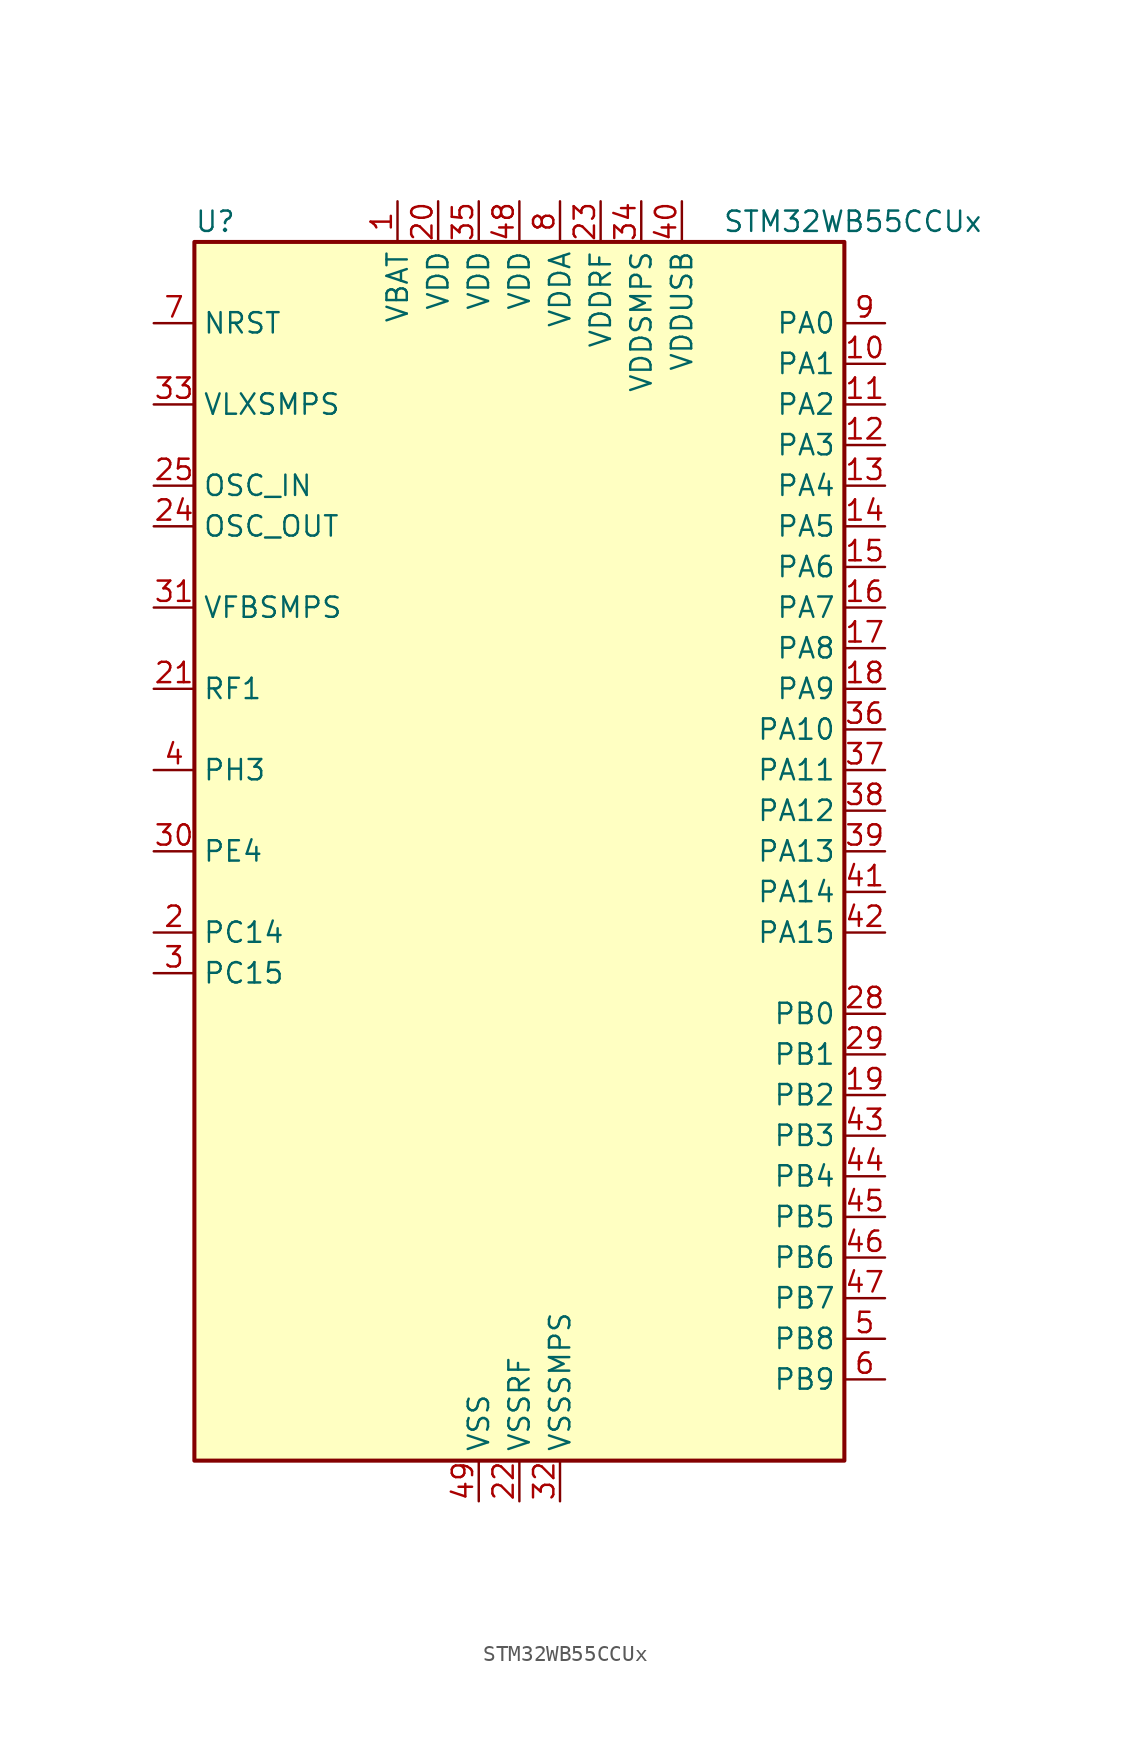
<source format=kicad_sym>
(kicad_symbol_lib
  (version 20231120)
  (generator "kicad-library-utils")
  (generator_version "8.0")
  (symbol "STM32WB55CCUx"
    (property "Reference" "U"
      (at -20.32 39.37 0)
      (effects (font (size 1.27 1.27)) (justify left)))
    (property "Value" "STM32WB55CCUx"
      (at 12.7 39.37 0)
      (effects (font (size 1.27 1.27)) (justify left)))
    (symbol "STM32WB55CCUx_0_1"
      (rectangle (start -20.32 -38.1) (end 20.32 38.1) (stroke (width 0.254) (type default)) (fill (type background))))
    (symbol "STM32WB55CCUx_1_1"
      (pin power_in line (at -7.62 40.64 270) (length 2.54) (name "VBAT" (effects (font (size 1.27 1.27)))) (number "1" (effects (font (size 1.27 1.27)))))
      (pin bidirectional line (at 22.86 30.48 180) (length 2.54) (name "PA1" (effects (font (size 1.27 1.27)))) (number "10" (effects (font (size 1.27 1.27)))) (alternate "ADC1_IN6" bidirectional line) (alternate "COMP1_INP" bidirectional line) (alternate "I2C1_SMBA" bidirectional line) (alternate "LCD_SEG0" bidirectional line) (alternate "SPI1_SCK" bidirectional line) (alternate "TIM2_CH2" bidirectional line))
      (pin bidirectional line (at 22.86 27.94 180) (length 2.54) (name "PA2" (effects (font (size 1.27 1.27)))) (number "11" (effects (font (size 1.27 1.27)))) (alternate "ADC1_IN7" bidirectional line) (alternate "COMP2_INM" bidirectional line) (alternate "COMP2_OUT" bidirectional line) (alternate "LCD_SEG1" bidirectional line) (alternate "LPUART1_TX" bidirectional line) (alternate "QUADSPI_BK1_NCS" bidirectional line) (alternate "RCC_LSCO" bidirectional line) (alternate "SYS_WKUP4" bidirectional line) (alternate "TIM2_CH3" bidirectional line))
      (pin bidirectional line (at 22.86 25.4 180) (length 2.54) (name "PA3" (effects (font (size 1.27 1.27)))) (number "12" (effects (font (size 1.27 1.27)))) (alternate "ADC1_IN8" bidirectional line) (alternate "COMP2_INP" bidirectional line) (alternate "LCD_SEG2" bidirectional line) (alternate "LPUART1_RX" bidirectional line) (alternate "QUADSPI_CLK" bidirectional line) (alternate "SAI1_CK1" bidirectional line) (alternate "SAI1_MCLK_A" bidirectional line) (alternate "TIM2_CH4" bidirectional line))
      (pin bidirectional line (at 22.86 22.86 180) (length 2.54) (name "PA4" (effects (font (size 1.27 1.27)))) (number "13" (effects (font (size 1.27 1.27)))) (alternate "ADC1_IN9" bidirectional line) (alternate "COMP1_INM" bidirectional line) (alternate "COMP2_INM" bidirectional line) (alternate "LCD_SEG5" bidirectional line) (alternate "LPTIM2_OUT" bidirectional line) (alternate "SAI1_FS_B" bidirectional line) (alternate "SPI1_NSS" bidirectional line))
      (pin bidirectional line (at 22.86 20.32 180) (length 2.54) (name "PA5" (effects (font (size 1.27 1.27)))) (number "14" (effects (font (size 1.27 1.27)))) (alternate "ADC1_IN10" bidirectional line) (alternate "COMP1_INM" bidirectional line) (alternate "COMP2_INM" bidirectional line) (alternate "LPTIM2_ETR" bidirectional line) (alternate "SAI1_SD_B" bidirectional line) (alternate "SPI1_SCK" bidirectional line) (alternate "TIM2_CH1" bidirectional line) (alternate "TIM2_ETR" bidirectional line))
      (pin bidirectional line (at 22.86 17.78 180) (length 2.54) (name "PA6" (effects (font (size 1.27 1.27)))) (number "15" (effects (font (size 1.27 1.27)))) (alternate "ADC1_IN11" bidirectional line) (alternate "LCD_SEG3" bidirectional line) (alternate "LPUART1_CTS" bidirectional line) (alternate "QUADSPI_BK1_IO3" bidirectional line) (alternate "SPI1_MISO" bidirectional line) (alternate "TIM16_CH1" bidirectional line) (alternate "TIM1_BKIN" bidirectional line))
      (pin bidirectional line (at 22.86 15.24 180) (length 2.54) (name "PA7" (effects (font (size 1.27 1.27)))) (number "16" (effects (font (size 1.27 1.27)))) (alternate "ADC1_IN12" bidirectional line) (alternate "COMP2_OUT" bidirectional line) (alternate "I2C3_SCL" bidirectional line) (alternate "LCD_SEG4" bidirectional line) (alternate "QUADSPI_BK1_IO2" bidirectional line) (alternate "SPI1_MOSI" bidirectional line) (alternate "TIM17_CH1" bidirectional line) (alternate "TIM1_CH1N" bidirectional line))
      (pin bidirectional line (at 22.86 12.7 180) (length 2.54) (name "PA8" (effects (font (size 1.27 1.27)))) (number "17" (effects (font (size 1.27 1.27)))) (alternate "ADC1_IN15" bidirectional line) (alternate "LCD_COM0" bidirectional line) (alternate "LPTIM2_OUT" bidirectional line) (alternate "RCC_MCO" bidirectional line) (alternate "SAI1_CK2" bidirectional line) (alternate "SAI1_SCK_A" bidirectional line) (alternate "TIM1_CH1" bidirectional line) (alternate "USART1_CK" bidirectional line))
      (pin bidirectional line (at 22.86 10.16 180) (length 2.54) (name "PA9" (effects (font (size 1.27 1.27)))) (number "18" (effects (font (size 1.27 1.27)))) (alternate "ADC1_IN16" bidirectional line) (alternate "COMP1_INM" bidirectional line) (alternate "I2C1_SCL" bidirectional line) (alternate "LCD_COM1" bidirectional line) (alternate "SAI1_D2" bidirectional line) (alternate "SAI1_FS_A" bidirectional line) (alternate "TIM1_CH2" bidirectional line) (alternate "USART1_TX" bidirectional line))
      (pin bidirectional line (at 22.86 -15.24 180) (length 2.54) (name "PB2" (effects (font (size 1.27 1.27)))) (number "19" (effects (font (size 1.27 1.27)))) (alternate "COMP1_INP" bidirectional line) (alternate "I2C3_SMBA" bidirectional line) (alternate "LCD_VLCD" bidirectional line) (alternate "LPTIM1_OUT" bidirectional line) (alternate "RTC_OUT2" bidirectional line) (alternate "SAI1_EXTCLK" bidirectional line) (alternate "SPI1_NSS" bidirectional line))
      (pin bidirectional line (at -22.86 -5.08 0) (length 2.54) (name "PC14" (effects (font (size 1.27 1.27)))) (number "2" (effects (font (size 1.27 1.27)))) (alternate "RCC_OSC32_IN" bidirectional line))
      (pin power_in line (at -5.08 40.64 270) (length 2.54) (name "VDD" (effects (font (size 1.27 1.27)))) (number "20" (effects (font (size 1.27 1.27)))))
      (pin bidirectional line (at -22.86 10.16 0) (length 2.54) (name "RF1" (effects (font (size 1.27 1.27)))) (number "21" (effects (font (size 1.27 1.27)))) (alternate "RF_RF1" bidirectional line))
      (pin power_in line (at 0 -40.64 90) (length 2.54) (name "VSSRF" (effects (font (size 1.27 1.27)))) (number "22" (effects (font (size 1.27 1.27)))))
      (pin power_in line (at 5.08 40.64 270) (length 2.54) (name "VDDRF" (effects (font (size 1.27 1.27)))) (number "23" (effects (font (size 1.27 1.27)))))
      (pin input line (at -22.86 20.32 0) (length 2.54) (name "OSC_OUT" (effects (font (size 1.27 1.27)))) (number "24" (effects (font (size 1.27 1.27)))) (alternate "RCC_OSC_OUT" bidirectional line))
      (pin input line (at -22.86 22.86 0) (length 2.54) (name "OSC_IN" (effects (font (size 1.27 1.27)))) (number "25" (effects (font (size 1.27 1.27)))) (alternate "RCC_OSC_IN" bidirectional line))
      (pin no_connect line (at -20.32 -38.1 0) (length 2.54) hide (name "AT0" (effects (font (size 1.27 1.27)))) (number "26" (effects (font (size 1.27 1.27)))))
      (pin no_connect line (at -20.32 -35.56 0) (length 2.54) hide (name "AT1" (effects (font (size 1.27 1.27)))) (number "27" (effects (font (size 1.27 1.27)))))
      (pin bidirectional line (at 22.86 -10.16 180) (length 2.54) (name "PB0" (effects (font (size 1.27 1.27)))) (number "28" (effects (font (size 1.27 1.27)))) (alternate "COMP1_OUT" bidirectional line) (alternate "RF_TX_MOD_EXT_PA" bidirectional line))
      (pin bidirectional line (at 22.86 -12.7 180) (length 2.54) (name "PB1" (effects (font (size 1.27 1.27)))) (number "29" (effects (font (size 1.27 1.27)))) (alternate "LPTIM2_IN1" bidirectional line) (alternate "LPUART1_DE" bidirectional line) (alternate "LPUART1_RTS" bidirectional line))
      (pin bidirectional line (at -22.86 -7.62 0) (length 2.54) (name "PC15" (effects (font (size 1.27 1.27)))) (number "3" (effects (font (size 1.27 1.27)))) (alternate "ADC1_EXTI15" bidirectional line) (alternate "RCC_OSC32_OUT" bidirectional line))
      (pin bidirectional line (at -22.86 0 0) (length 2.54) (name "PE4" (effects (font (size 1.27 1.27)))) (number "30" (effects (font (size 1.27 1.27)))))
      (pin input line (at -22.86 15.24 0) (length 2.54) (name "VFBSMPS" (effects (font (size 1.27 1.27)))) (number "31" (effects (font (size 1.27 1.27)))))
      (pin power_in line (at 2.54 -40.64 90) (length 2.54) (name "VSSSMPS" (effects (font (size 1.27 1.27)))) (number "32" (effects (font (size 1.27 1.27)))))
      (pin power_in line (at -22.86 27.94 0) (length 2.54) (name "VLXSMPS" (effects (font (size 1.27 1.27)))) (number "33" (effects (font (size 1.27 1.27)))))
      (pin power_in line (at 7.62 40.64 270) (length 2.54) (name "VDDSMPS" (effects (font (size 1.27 1.27)))) (number "34" (effects (font (size 1.27 1.27)))))
      (pin power_in line (at -2.54 40.64 270) (length 2.54) (name "VDD" (effects (font (size 1.27 1.27)))) (number "35" (effects (font (size 1.27 1.27)))))
      (pin bidirectional line (at 22.86 7.62 180) (length 2.54) (name "PA10" (effects (font (size 1.27 1.27)))) (number "36" (effects (font (size 1.27 1.27)))) (alternate "CRS_SYNC" bidirectional line) (alternate "I2C1_SDA" bidirectional line) (alternate "LCD_COM2" bidirectional line) (alternate "SAI1_D1" bidirectional line) (alternate "SAI1_SD_A" bidirectional line) (alternate "TIM17_BKIN" bidirectional line) (alternate "TIM1_CH3" bidirectional line) (alternate "USART1_RX" bidirectional line))
      (pin bidirectional line (at 22.86 5.08 180) (length 2.54) (name "PA11" (effects (font (size 1.27 1.27)))) (number "37" (effects (font (size 1.27 1.27)))) (alternate "ADC1_EXTI11" bidirectional line) (alternate "SPI1_MISO" bidirectional line) (alternate "TIM1_BKIN2" bidirectional line) (alternate "TIM1_CH4" bidirectional line) (alternate "USART1_CTS" bidirectional line) (alternate "USART1_NSS" bidirectional line) (alternate "USB_DM" bidirectional line))
      (pin bidirectional line (at 22.86 2.54 180) (length 2.54) (name "PA12" (effects (font (size 1.27 1.27)))) (number "38" (effects (font (size 1.27 1.27)))) (alternate "LPUART1_RX" bidirectional line) (alternate "SPI1_MOSI" bidirectional line) (alternate "TIM1_ETR" bidirectional line) (alternate "USART1_DE" bidirectional line) (alternate "USART1_RTS" bidirectional line) (alternate "USB_DP" bidirectional line))
      (pin bidirectional line (at 22.86 0 180) (length 2.54) (name "PA13" (effects (font (size 1.27 1.27)))) (number "39" (effects (font (size 1.27 1.27)))) (alternate "IR_OUT" bidirectional line) (alternate "SAI1_SD_B" bidirectional line) (alternate "SYS_JTMS-SWDIO" bidirectional line) (alternate "USB_NOE" bidirectional line))
      (pin bidirectional line (at -22.86 5.08 0) (length 2.54) (name "PH3" (effects (font (size 1.27 1.27)))) (number "4" (effects (font (size 1.27 1.27)))) (alternate "RCC_LSCO" bidirectional line))
      (pin power_in line (at 10.16 40.64 270) (length 2.54) (name "VDDUSB" (effects (font (size 1.27 1.27)))) (number "40" (effects (font (size 1.27 1.27)))))
      (pin bidirectional line (at 22.86 -2.54 180) (length 2.54) (name "PA14" (effects (font (size 1.27 1.27)))) (number "41" (effects (font (size 1.27 1.27)))) (alternate "I2C1_SMBA" bidirectional line) (alternate "LCD_SEG5" bidirectional line) (alternate "LPTIM1_OUT" bidirectional line) (alternate "SAI1_FS_B" bidirectional line) (alternate "SYS_JTCK-SWCLK" bidirectional line))
      (pin bidirectional line (at 22.86 -5.08 180) (length 2.54) (name "PA15" (effects (font (size 1.27 1.27)))) (number "42" (effects (font (size 1.27 1.27)))) (alternate "ADC1_EXTI15" bidirectional line) (alternate "LCD_SEG17" bidirectional line) (alternate "RCC_MCO" bidirectional line) (alternate "SPI1_NSS" bidirectional line) (alternate "SYS_JTDI" bidirectional line) (alternate "TIM2_CH1" bidirectional line) (alternate "TIM2_ETR" bidirectional line))
      (pin bidirectional line (at 22.86 -17.78 180) (length 2.54) (name "PB3" (effects (font (size 1.27 1.27)))) (number "43" (effects (font (size 1.27 1.27)))) (alternate "COMP2_INM" bidirectional line) (alternate "LCD_SEG7" bidirectional line) (alternate "SAI1_SCK_B" bidirectional line) (alternate "SPI1_SCK" bidirectional line) (alternate "SYS_JTDO-SWO" bidirectional line) (alternate "TIM2_CH2" bidirectional line) (alternate "USART1_DE" bidirectional line) (alternate "USART1_RTS" bidirectional line))
      (pin bidirectional line (at 22.86 -20.32 180) (length 2.54) (name "PB4" (effects (font (size 1.27 1.27)))) (number "44" (effects (font (size 1.27 1.27)))) (alternate "COMP2_INP" bidirectional line) (alternate "I2C3_SDA" bidirectional line) (alternate "LCD_SEG8" bidirectional line) (alternate "SAI1_MCLK_B" bidirectional line) (alternate "SPI1_MISO" bidirectional line) (alternate "SYS_JTRST" bidirectional line) (alternate "TIM17_BKIN" bidirectional line) (alternate "USART1_CTS" bidirectional line) (alternate "USART1_NSS" bidirectional line))
      (pin bidirectional line (at 22.86 -22.86 180) (length 2.54) (name "PB5" (effects (font (size 1.27 1.27)))) (number "45" (effects (font (size 1.27 1.27)))) (alternate "COMP2_OUT" bidirectional line) (alternate "I2C1_SMBA" bidirectional line) (alternate "LCD_SEG9" bidirectional line) (alternate "LPTIM1_IN1" bidirectional line) (alternate "LPUART1_TX" bidirectional line) (alternate "SAI1_SD_B" bidirectional line) (alternate "SPI1_MOSI" bidirectional line) (alternate "TIM16_BKIN" bidirectional line) (alternate "USART1_CK" bidirectional line))
      (pin bidirectional line (at 22.86 -25.4 180) (length 2.54) (name "PB6" (effects (font (size 1.27 1.27)))) (number "46" (effects (font (size 1.27 1.27)))) (alternate "COMP2_INP" bidirectional line) (alternate "I2C1_SCL" bidirectional line) (alternate "LCD_SEG6" bidirectional line) (alternate "LPTIM1_ETR" bidirectional line) (alternate "RCC_MCO" bidirectional line) (alternate "SAI1_FS_B" bidirectional line) (alternate "TIM16_CH1N" bidirectional line) (alternate "USART1_TX" bidirectional line))
      (pin bidirectional line (at 22.86 -27.94 180) (length 2.54) (name "PB7" (effects (font (size 1.27 1.27)))) (number "47" (effects (font (size 1.27 1.27)))) (alternate "COMP2_INM" bidirectional line) (alternate "I2C1_SDA" bidirectional line) (alternate "LCD_SEG21" bidirectional line) (alternate "LPTIM1_IN2" bidirectional line) (alternate "SYS_PVD_IN" bidirectional line) (alternate "TIM17_CH1N" bidirectional line) (alternate "TIM1_BKIN" bidirectional line) (alternate "USART1_RX" bidirectional line))
      (pin power_in line (at 0 40.64 270) (length 2.54) (name "VDD" (effects (font (size 1.27 1.27)))) (number "48" (effects (font (size 1.27 1.27)))))
      (pin power_in line (at -2.54 -40.64 90) (length 2.54) (name "VSS" (effects (font (size 1.27 1.27)))) (number "49" (effects (font (size 1.27 1.27)))))
      (pin bidirectional line (at 22.86 -30.48 180) (length 2.54) (name "PB8" (effects (font (size 1.27 1.27)))) (number "5" (effects (font (size 1.27 1.27)))) (alternate "I2C1_SCL" bidirectional line) (alternate "LCD_SEG16" bidirectional line) (alternate "QUADSPI_BK1_IO1" bidirectional line) (alternate "SAI1_CK1" bidirectional line) (alternate "SAI1_MCLK_A" bidirectional line) (alternate "TIM16_CH1" bidirectional line) (alternate "TIM1_CH2N" bidirectional line))
      (pin bidirectional line (at 22.86 -33.02 180) (length 2.54) (name "PB9" (effects (font (size 1.27 1.27)))) (number "6" (effects (font (size 1.27 1.27)))) (alternate "I2C1_SDA" bidirectional line) (alternate "IR_OUT" bidirectional line) (alternate "LCD_COM3" bidirectional line) (alternate "QUADSPI_BK1_IO0" bidirectional line) (alternate "SAI1_D2" bidirectional line) (alternate "SAI1_FS_A" bidirectional line) (alternate "TIM17_CH1" bidirectional line) (alternate "TIM1_CH3N" bidirectional line))
      (pin input line (at -22.86 33.02 0) (length 2.54) (name "NRST" (effects (font (size 1.27 1.27)))) (number "7" (effects (font (size 1.27 1.27)))))
      (pin power_in line (at 2.54 40.64 270) (length 2.54) (name "VDDA" (effects (font (size 1.27 1.27)))) (number "8" (effects (font (size 1.27 1.27)))))
      (pin bidirectional line (at 22.86 33.02 180) (length 2.54) (name "PA0" (effects (font (size 1.27 1.27)))) (number "9" (effects (font (size 1.27 1.27)))) (alternate "ADC1_IN5" bidirectional line) (alternate "COMP1_INM" bidirectional line) (alternate "COMP1_OUT" bidirectional line) (alternate "RTC_TAMP2" bidirectional line) (alternate "SAI1_EXTCLK" bidirectional line) (alternate "SYS_WKUP1" bidirectional line) (alternate "TIM2_CH1" bidirectional line) (alternate "TIM2_ETR" bidirectional line)))))
</source>
